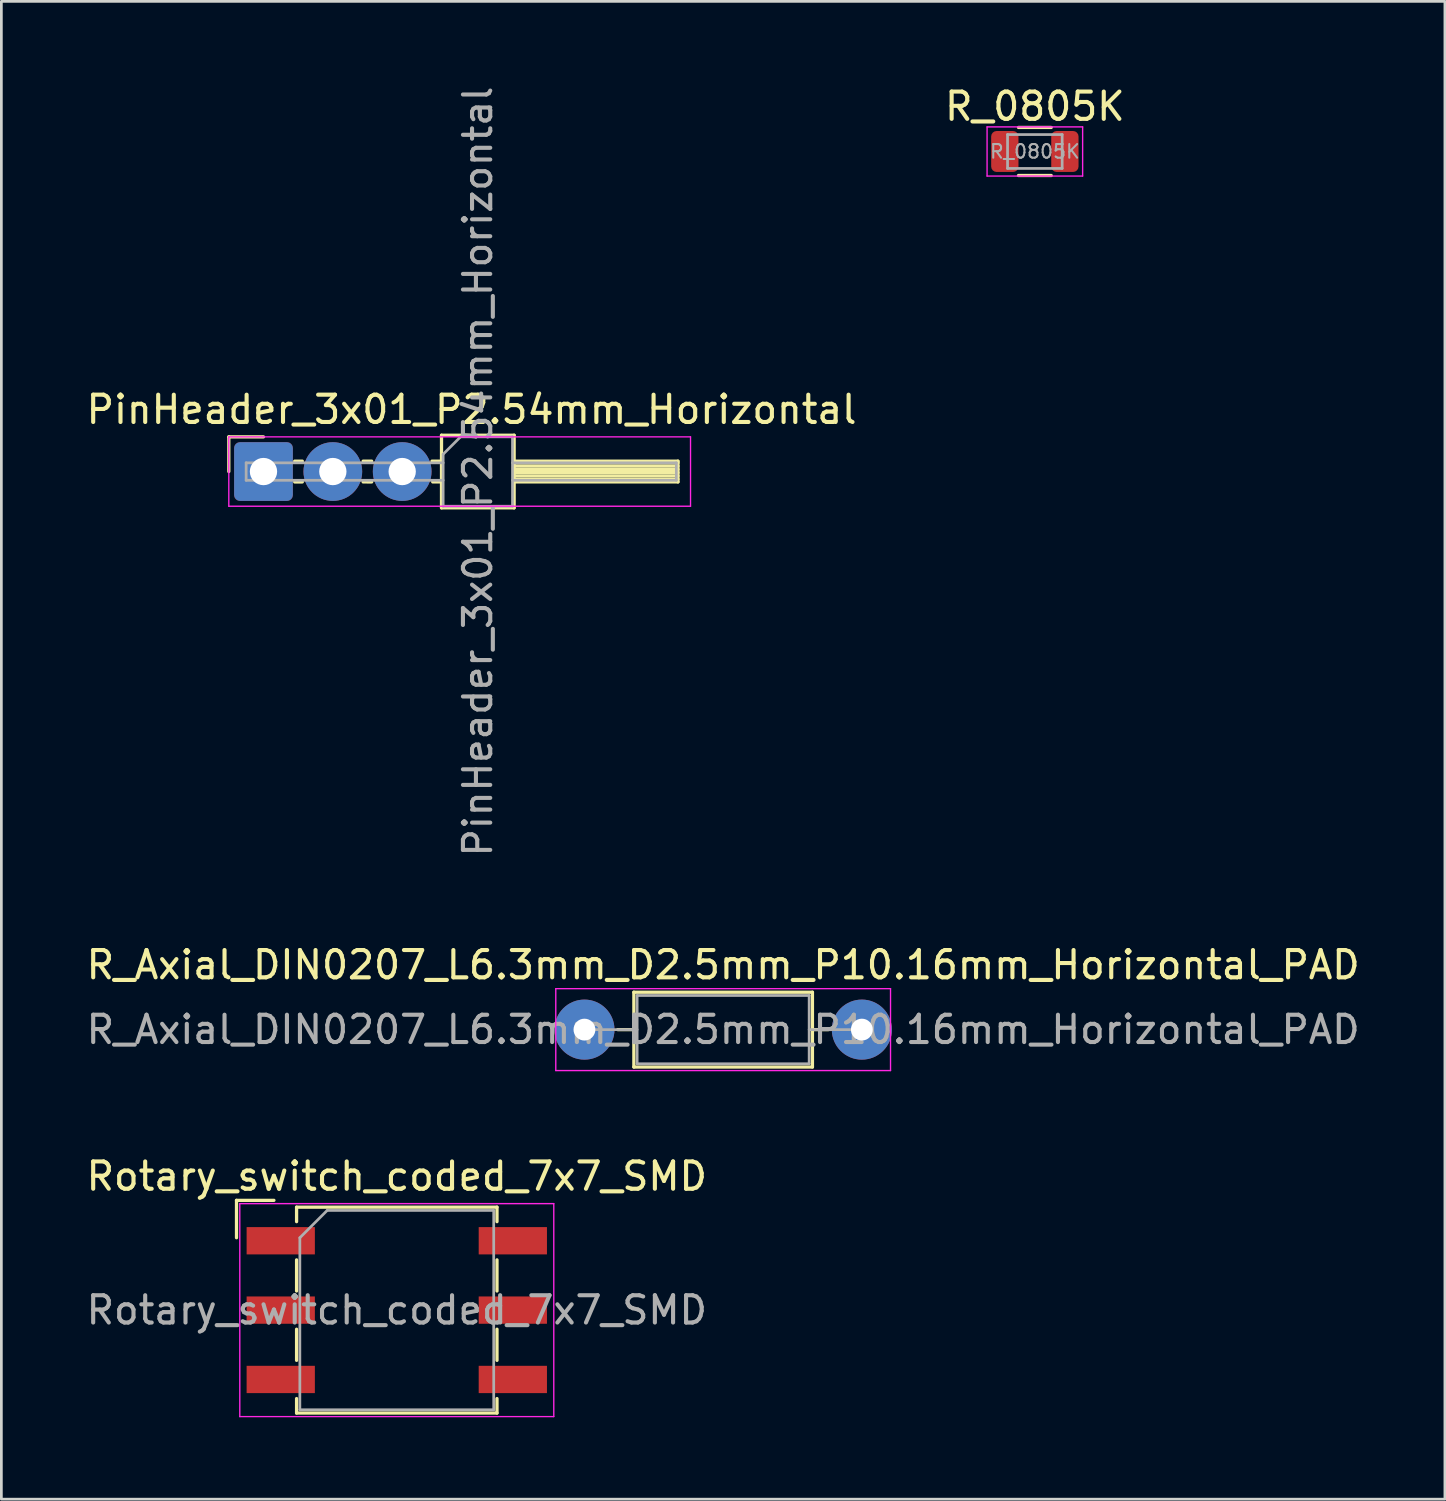
<source format=kicad_pcb>
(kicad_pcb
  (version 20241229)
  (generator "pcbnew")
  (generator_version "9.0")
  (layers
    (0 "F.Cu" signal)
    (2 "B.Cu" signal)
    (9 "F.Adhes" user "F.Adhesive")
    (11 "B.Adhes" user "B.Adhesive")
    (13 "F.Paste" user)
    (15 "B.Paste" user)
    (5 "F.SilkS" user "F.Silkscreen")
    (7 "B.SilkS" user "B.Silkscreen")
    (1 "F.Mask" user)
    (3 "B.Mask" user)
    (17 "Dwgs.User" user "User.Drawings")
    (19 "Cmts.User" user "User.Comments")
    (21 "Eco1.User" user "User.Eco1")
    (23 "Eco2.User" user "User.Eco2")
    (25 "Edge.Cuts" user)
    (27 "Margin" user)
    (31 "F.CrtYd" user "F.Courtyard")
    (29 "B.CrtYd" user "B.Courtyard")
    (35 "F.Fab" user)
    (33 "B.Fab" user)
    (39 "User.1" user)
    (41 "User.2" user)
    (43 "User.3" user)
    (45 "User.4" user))
  (footprint "R_Axial_DIN0207_L6.3mm_D2.5mm_P10.16mm_Horizontal_PAD"
    (layer "F.Cu")
    (at 18.355 34.659)
    (property "Reference" "R_Axial_DIN0207_L6.3mm_D2.5mm_P10.16mm_Horizontal_PAD" (at 5.08 -2.37 0) (layer "F.SilkS") (effects (font (size 1 1) (thickness 0.15))))
    (attr through_hole)
    (fp_line (start 1.219 0) (end 1.81 0) (stroke (width 0.12) (type solid)) (layer "F.SilkS"))
    (fp_line (start 1.81 -1.37) (end 1.81 1.37) (stroke (width 0.12) (type solid)) (layer "F.SilkS"))
    (fp_line (start 1.81 1.37) (end 8.35 1.37) (stroke (width 0.12) (type solid)) (layer "F.SilkS"))
    (fp_line (start 8.35 -1.37) (end 1.81 -1.37) (stroke (width 0.12) (type solid)) (layer "F.SilkS"))
    (fp_line (start 8.35 1.37) (end 8.35 -1.37) (stroke (width 0.12) (type solid)) (layer "F.SilkS"))
    (fp_line (start 8.941 0) (end 8.35 0) (stroke (width 0.12) (type solid)) (layer "F.SilkS"))
    (fp_line (start -1.05 -1.5) (end -1.05 1.5) (stroke (width 0.05) (type solid)) (layer "F.CrtYd"))
    (fp_line (start -1.05 1.5) (end 11.21 1.5) (stroke (width 0.05) (type solid)) (layer "F.CrtYd"))
    (fp_line (start 11.21 -1.5) (end -1.05 -1.5) (stroke (width 0.05) (type solid)) (layer "F.CrtYd"))
    (fp_line (start 11.21 1.5) (end 11.21 -1.5) (stroke (width 0.05) (type solid)) (layer "F.CrtYd"))
    (fp_line (start 0 0) (end 1.93 0) (stroke (width 0.1) (type solid)) (layer "F.Fab"))
    (fp_line (start 1.93 -1.25) (end 1.93 1.25) (stroke (width 0.1) (type solid)) (layer "F.Fab"))
    (fp_line (start 1.93 1.25) (end 8.23 1.25) (stroke (width 0.1) (type solid)) (layer "F.Fab"))
    (fp_line (start 8.23 -1.25) (end 1.93 -1.25) (stroke (width 0.1) (type solid)) (layer "F.Fab"))
    (fp_line (start 8.23 1.25) (end 8.23 -1.25) (stroke (width 0.1) (type solid)) (layer "F.Fab"))
    (fp_line (start 10.16 0) (end 8.23 0) (stroke (width 0.1) (type solid)) (layer "F.Fab"))
    (fp_text user "${REFERENCE}" (at 5.08 0 0) (layer "F.Fab") (effects (font (size 1 1) (thickness 0.15))))
    (pad "1" thru_hole circle (at 0 0) (size 2.2 2.2) (drill 0.8) (layers "*.Cu" "*.Mask"))
    (pad "2" thru_hole circle (at 10.16 0) (size 2.2 2.2) (drill 0.8) (layers "*.Cu" "*.Mask")))
  (footprint "PinHeader_3x01_P2.54mm_Horizontal"
    (layer "F.Cu")
    (at 6.6 14.22)
    (property "Reference" "PinHeader_3x01_P2.54mm_Horizontal" (at 7.62 -2.27 0) (layer "F.SilkS") (effects (font (size 1 1) (thickness 0.15))))
    (attr through_hole)
    (fp_line (start -1.27 -1.27) (end 0 -1.27) (stroke (width 0.12) (type solid)) (layer "F.SilkS"))
    (fp_line (start -1.27 0) (end -1.27 -1.27) (stroke (width 0.12) (type solid)) (layer "F.SilkS"))
    (fp_line (start 1.143 0.381) (end 1.422 0.381) (stroke (width 0.12) (type solid)) (layer "F.SilkS"))
    (fp_line (start 1.422 -0.381) (end 1.143 -0.381) (stroke (width 0.12) (type solid)) (layer "F.SilkS"))
    (fp_line (start 3.65 -0.38) (end 3.962 -0.381) (stroke (width 0.12) (type solid)) (layer "F.SilkS"))
    (fp_line (start 3.65 0.38) (end 3.962 0.381) (stroke (width 0.12) (type solid)) (layer "F.SilkS"))
    (fp_line (start 6.172 -0.381) (end 6.52 -0.38) (stroke (width 0.12) (type solid)) (layer "F.SilkS"))
    (fp_line (start 6.198 0.38) (end 6.52 0.38) (stroke (width 0.12) (type solid)) (layer "F.SilkS"))
    (fp_line (start 6.52 -1.33) (end 6.52 1.33) (stroke (width 0.12) (type solid)) (layer "F.SilkS"))
    (fp_line (start 6.52 1.33) (end 9.18 1.33) (stroke (width 0.12) (type solid)) (layer "F.SilkS"))
    (fp_line (start 9.18 -1.33) (end 6.52 -1.33) (stroke (width 0.12) (type solid)) (layer "F.SilkS"))
    (fp_line (start 9.18 -0.38) (end 15.18 -0.38) (stroke (width 0.12) (type solid)) (layer "F.SilkS"))
    (fp_line (start 9.18 -0.32) (end 15.18 -0.32) (stroke (width 0.12) (type solid)) (layer "F.SilkS"))
    (fp_line (start 9.18 -0.2) (end 15.18 -0.2) (stroke (width 0.12) (type solid)) (layer "F.SilkS"))
    (fp_line (start 9.18 -0.08) (end 15.18 -0.08) (stroke (width 0.12) (type solid)) (layer "F.SilkS"))
    (fp_line (start 9.18 0.04) (end 15.18 0.04) (stroke (width 0.12) (type solid)) (layer "F.SilkS"))
    (fp_line (start 9.18 0.16) (end 15.18 0.16) (stroke (width 0.12) (type solid)) (layer "F.SilkS"))
    (fp_line (start 9.18 0.28) (end 15.18 0.28) (stroke (width 0.12) (type solid)) (layer "F.SilkS"))
    (fp_line (start 9.18 1.33) (end 9.18 -1.33) (stroke (width 0.12) (type solid)) (layer "F.SilkS"))
    (fp_line (start 15.18 -0.38) (end 15.18 0.38) (stroke (width 0.12) (type solid)) (layer "F.SilkS"))
    (fp_line (start 15.18 0.38) (end 9.18 0.38) (stroke (width 0.12) (type solid)) (layer "F.SilkS"))
    (fp_line (start -1.27 -1.27) (end -1.27 1.27) (stroke (width 0.05) (type solid)) (layer "F.CrtYd"))
    (fp_line (start -1.27 1.27) (end 15.64 1.27) (stroke (width 0.05) (type solid)) (layer "F.CrtYd"))
    (fp_line (start 15.64 -1.27) (end -1.27 -1.27) (stroke (width 0.05) (type solid)) (layer "F.CrtYd"))
    (fp_line (start 15.64 1.27) (end 15.64 -1.27) (stroke (width 0.05) (type solid)) (layer "F.CrtYd"))
    (fp_line (start -0.635 -0.32) (end -0.635 0.32) (stroke (width 0.1) (type solid)) (layer "F.Fab"))
    (fp_line (start -0.635 -0.32) (end 6.58 -0.32) (stroke (width 0.1) (type solid)) (layer "F.Fab"))
    (fp_line (start -0.635 0.32) (end 6.58 0.32) (stroke (width 0.1) (type solid)) (layer "F.Fab"))
    (fp_line (start 6.58 -0.635) (end 7.215 -1.27) (stroke (width 0.1) (type solid)) (layer "F.Fab"))
    (fp_line (start 6.58 1.27) (end 6.58 -0.635) (stroke (width 0.1) (type solid)) (layer "F.Fab"))
    (fp_line (start 7.215 -1.27) (end 9.12 -1.27) (stroke (width 0.1) (type solid)) (layer "F.Fab"))
    (fp_line (start 9.12 -1.27) (end 9.12 1.27) (stroke (width 0.1) (type solid)) (layer "F.Fab"))
    (fp_line (start 9.12 -0.32) (end 15.12 -0.32) (stroke (width 0.1) (type solid)) (layer "F.Fab"))
    (fp_line (start 9.12 0.32) (end 15.12 0.32) (stroke (width 0.1) (type solid)) (layer "F.Fab"))
    (fp_line (start 9.12 1.27) (end 6.58 1.27) (stroke (width 0.1) (type solid)) (layer "F.Fab"))
    (fp_line (start 15.12 -0.32) (end 15.12 0.32) (stroke (width 0.1) (type solid)) (layer "F.Fab"))
    (fp_text user "${REFERENCE}" (at 7.85 0 90) (layer "F.Fab") (effects (font (size 1 1) (thickness 0.15))))
    (pad "1" thru_hole roundrect (at 0 0) (size 2.15 2.15) (drill 1) (layers "*.Cu" "*.Mask") (roundrect_rratio 0.1))
    (pad "2" thru_hole circle (at 2.54 0) (size 2.15 2.15) (drill 1) (layers "*.Cu" "*.Mask"))
    (pad "3" thru_hole circle (at 5.08 0) (size 2.15 2.15) (drill 1) (layers "*.Cu" "*.Mask")))
  (footprint "Rotary_switch_coded_7x7_SMD"
    (layer "F.Cu")
    (at 11.482 44.932)
    (property "Reference" "Rotary_switch_coded_7x7_SMD" (at 0 -4.9 0) (layer "F.SilkS") (effects (font (size 1 1) (thickness 0.15))))
    (attr smd)
    (fp_line (start -5.87 -4.02) (end -4.5 -4.02) (stroke (width 0.12) (type solid)) (layer "F.SilkS"))
    (fp_line (start -5.87 -2.65) (end -5.87 -4.02) (stroke (width 0.12) (type solid)) (layer "F.SilkS"))
    (fp_line (start -3.67 -3.77) (end 3.67 -3.77) (stroke (width 0.12) (type solid)) (layer "F.SilkS"))
    (fp_line (start -3.67 -3.24) (end -3.67 -3.77) (stroke (width 0.12) (type solid)) (layer "F.SilkS"))
    (fp_line (start -3.67 -1.84) (end -3.67 -0.7) (stroke (width 0.12) (type solid)) (layer "F.SilkS"))
    (fp_line (start -3.67 0.7) (end -3.67 1.84) (stroke (width 0.12) (type solid)) (layer "F.SilkS"))
    (fp_line (start -3.67 3.24) (end -3.67 3.77) (stroke (width 0.12) (type solid)) (layer "F.SilkS"))
    (fp_line (start -3.67 3.77) (end 3.67 3.77) (stroke (width 0.12) (type solid)) (layer "F.SilkS"))
    (fp_line (start 3.67 -3.77) (end 3.67 -3.24) (stroke (width 0.12) (type solid)) (layer "F.SilkS"))
    (fp_line (start 3.67 -1.84) (end 3.67 -0.7) (stroke (width 0.12) (type solid)) (layer "F.SilkS"))
    (fp_line (start 3.67 0.7) (end 3.67 1.84) (stroke (width 0.12) (type solid)) (layer "F.SilkS"))
    (fp_line (start 3.67 3.77) (end 3.67 3.24) (stroke (width 0.12) (type solid)) (layer "F.SilkS"))
    (fp_line (start -5.75 -3.9) (end -5.75 3.9) (stroke (width 0.05) (type solid)) (layer "F.CrtYd"))
    (fp_line (start -5.75 3.9) (end 5.75 3.9) (stroke (width 0.05) (type solid)) (layer "F.CrtYd"))
    (fp_line (start 5.75 -3.9) (end -5.75 -3.9) (stroke (width 0.05) (type solid)) (layer "F.CrtYd"))
    (fp_line (start 5.75 3.9) (end 5.75 -3.9) (stroke (width 0.05) (type solid)) (layer "F.CrtYd"))
    (fp_line (start -3.55 -2.65) (end -2.55 -3.65) (stroke (width 0.1) (type solid)) (layer "F.Fab"))
    (fp_line (start -3.55 3.65) (end -3.55 -2.65) (stroke (width 0.1) (type solid)) (layer "F.Fab"))
    (fp_line (start -2.55 -3.65) (end 3.55 -3.65) (stroke (width 0.1) (type solid)) (layer "F.Fab"))
    (fp_line (start 3.55 -3.65) (end 3.55 3.65) (stroke (width 0.1) (type solid)) (layer "F.Fab"))
    (fp_line (start 3.55 3.65) (end -3.55 3.65) (stroke (width 0.1) (type solid)) (layer "F.Fab"))
    (fp_text user "${REFERENCE}" (at 0 0 0) (layer "F.Fab") (effects (font (size 1 1) (thickness 0.15))))
    (pad "1" smd rect (at -4.25 -2.54) (size 2.5 1) (layers "F.Cu" "F.Mask" "F.Paste"))
    (pad "2" smd rect (at 4.25 2.54) (size 2.5 1) (layers "F.Cu" "F.Mask" "F.Paste"))
    (pad "4" smd rect (at -4.25 2.54) (size 2.5 1) (layers "F.Cu" "F.Mask" "F.Paste"))
    (pad "8" smd rect (at 4.25 -2.54) (size 2.5 1) (layers "F.Cu" "F.Mask" "F.Paste"))
    (pad "C" smd rect (at -4.25 0) (size 2.5 1) (layers "F.Cu" "F.Mask" "F.Paste"))
    (pad "C" smd rect (at 4.25 0) (size 2.5 1) (layers "F.Cu" "F.Mask" "F.Paste")))
  (footprint "R_0805K"
    (layer "F.Cu")
    (at 34.851 2.498)
    (property "Reference" "R_0805K" (at 0 -1.65 0) (layer "F.SilkS") (effects (font (size 1 1) (thickness 0.15))))
    (attr smd)
    (fp_line (start -0.6 -0.88) (end 0.6 -0.88) (stroke (width 0.12) (type solid)) (layer "F.SilkS"))
    (fp_line (start 0.6 0.88) (end -0.6 0.88) (stroke (width 0.12) (type solid)) (layer "F.SilkS"))
    (fp_line (start -1.75 -0.9) (end -1.75 0.9) (stroke (width 0.05) (type solid)) (layer "F.CrtYd"))
    (fp_line (start -1.75 -0.9) (end 1.75 -0.9) (stroke (width 0.05) (type solid)) (layer "F.CrtYd"))
    (fp_line (start 1.75 0.9) (end -1.75 0.9) (stroke (width 0.05) (type solid)) (layer "F.CrtYd"))
    (fp_line (start 1.75 0.9) (end 1.75 -0.9) (stroke (width 0.05) (type solid)) (layer "F.CrtYd"))
    (fp_line (start -1 -0.62) (end 1 -0.62) (stroke (width 0.1) (type solid)) (layer "F.Fab"))
    (fp_line (start -1 0.62) (end -1 -0.62) (stroke (width 0.1) (type solid)) (layer "F.Fab"))
    (fp_line (start 1 -0.62) (end 1 0.62) (stroke (width 0.1) (type solid)) (layer "F.Fab"))
    (fp_line (start 1 0.62) (end -1 0.62) (stroke (width 0.1) (type solid)) (layer "F.Fab"))
    (fp_text user "${REFERENCE}" (at 0 0 0) (layer "F.Fab") (effects (font (size 0.5 0.5) (thickness 0.075))))
    (pad "1" smd roundrect (at -1.1 0) (size 1 1.5) (layers "F.Cu" "F.Mask" "F.Paste") (roundrect_rratio 0.2))
    (pad "2" smd roundrect (at 1.1 0) (size 1 1.5) (layers "F.Cu" "F.Mask" "F.Paste") (roundrect_rratio 0.2)))
  (gr_rect
    (start -3 -3)
    (end 49.869 51.857)
    (stroke (width 0.1) (type default))
    (fill no)
    (layer "Edge.Cuts")))
</source>
